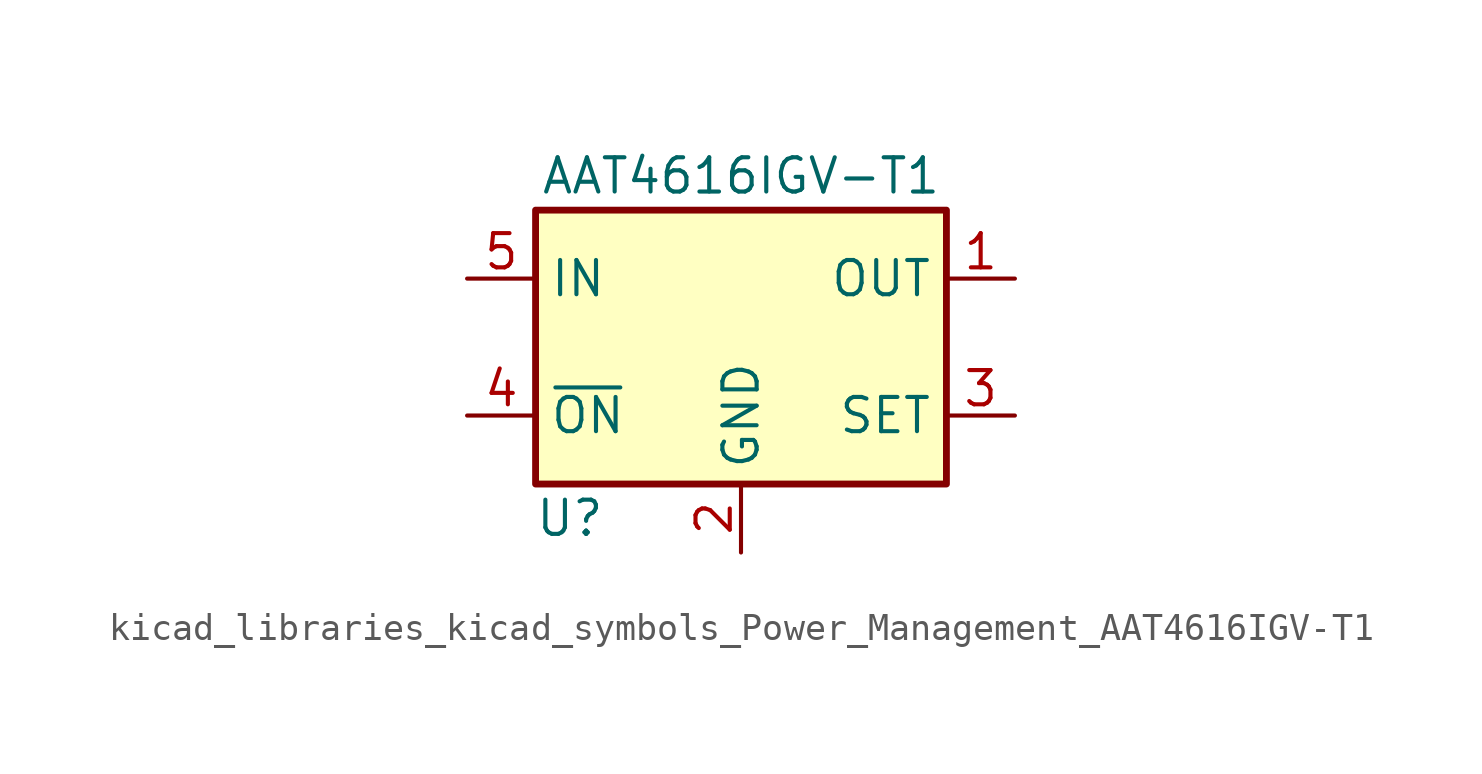
<source format=kicad_sym>
(kicad_symbol_lib
  (version 20220914)
  (generator kicad_symbol_editor)
  (symbol "kicad_libraries_kicad_symbols_Power_Management_AAT4616IGV-T1"
    (property "Reference" "U"
      (at -6.35 -6.35 0)
      (effects (font (size 1.27 1.27))))
    (property "Value" "AAT4616IGV-T1"
      (at 0 6.35 0)
      (effects (font (size 1.27 1.27))))
    (symbol "kicad_libraries_kicad_symbols_Power_Management_AAT4616IGV-T1_0_1"
      (rectangle (start -7.62 5.08) (end 7.62 -5.08) (stroke (width 0.254) (type default)) (fill (type background))))
    (symbol "kicad_libraries_kicad_symbols_Power_Management_AAT4616IGV-T1_1_1"
      (pin power_out line (at 10.16 2.54 180) (length 2.54) (name "OUT" (effects (font (size 1.27 1.27)))) (number "1" (effects (font (size 1.27 1.27)))))
      (pin power_in line (at 0 -7.62 90) (length 2.54) (name "GND" (effects (font (size 1.27 1.27)))) (number "2" (effects (font (size 1.27 1.27)))))
      (pin passive line (at 10.16 -2.54 180) (length 2.54) (name "SET" (effects (font (size 1.27 1.27)))) (number "3" (effects (font (size 1.27 1.27)))))
      (pin input line (at -10.16 -2.54 0) (length 2.54) (name "~{ON}" (effects (font (size 1.27 1.27)))) (number "4" (effects (font (size 1.27 1.27)))))
      (pin power_in line (at -10.16 2.54 0) (length 2.54) (name "IN" (effects (font (size 1.27 1.27)))) (number "5" (effects (font (size 1.27 1.27))))))))
</source>
